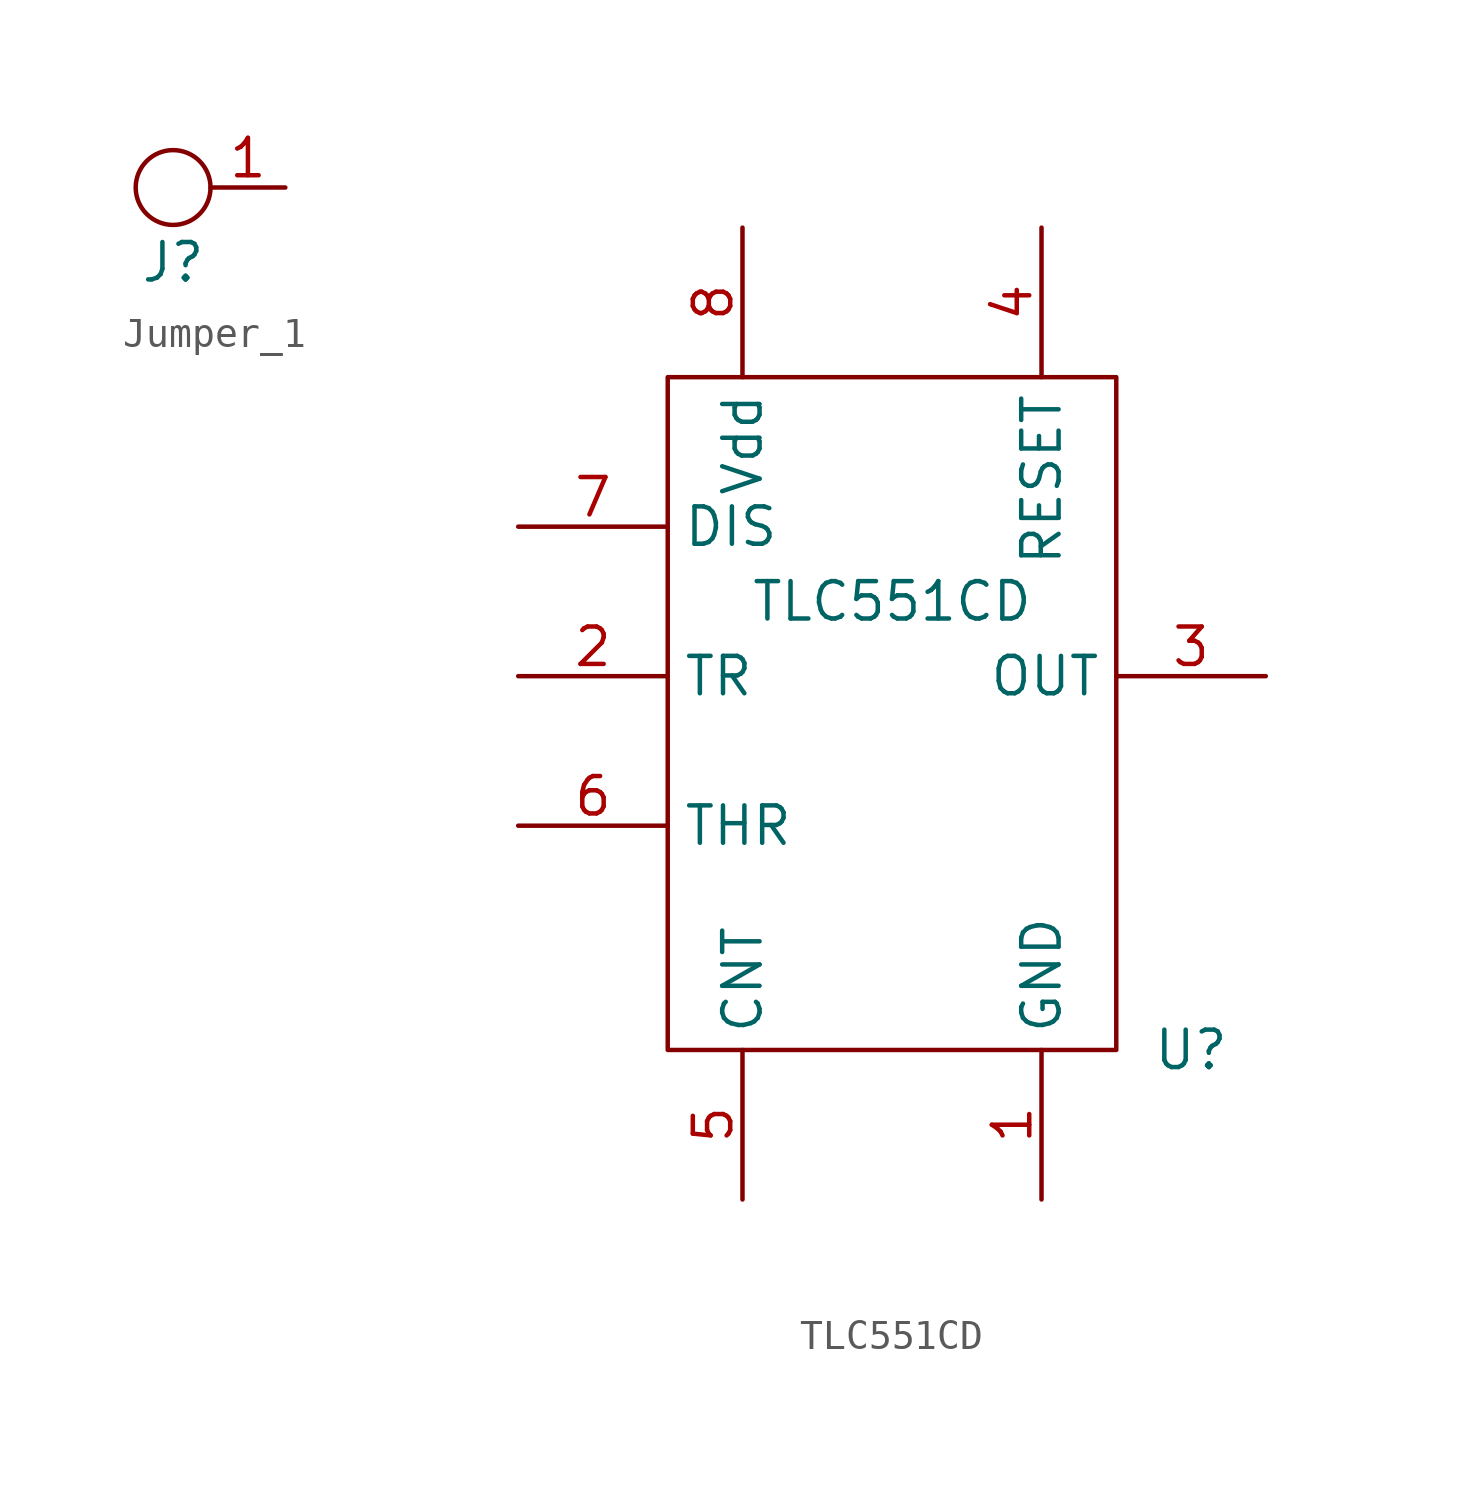
<source format=kicad_sym>
(kicad_symbol_lib
  (version 20211014)
  (generator kicad_symbol_editor)
  (symbol "Jumper_1"
    (property "Reference" "J"
      (at 0 -2.54 0)
      (effects (font (size 1.27 1.27))))
    (symbol "Jumper_1_0_1"
      (circle (center 0 0) (radius 1.27) (stroke (width 0.152) (type default) (color 0 0 0 0)) (fill (type none))))
    (symbol "Jumper_1_1_1"
      (pin unspecified line (at 3.81 0 180) (length 2.54) (name "" (effects (font (size 1.27 1.27)))) (number "1" (effects (font (size 1.27 1.27)))))))
  (symbol "TLC551CD‎"
    (property "Reference" "U"
      (at 10.16 -12.7 0)
      (effects (font (size 1.27 1.27))))
    (property "Value" "TLC551CD‎"
      (at 0 2.54 0)
      (effects (font (size 1.27 1.27))))
    (symbol "TLC551CD‎_0_1"
      (rectangle (start -7.62 10.16) (end 7.62 -12.7) (stroke (width 0.152) (type default) (color 0 0 0 0)) (fill (type none))))
    (symbol "TLC551CD‎_1_1"
      (pin passive line (at 5.08 -17.78 90) (length 5.08) (name "GND" (effects (font (size 1.27 1.27)))) (number "1" (effects (font (size 1.27 1.27)))))
      (pin input line (at -12.7 0 0) (length 5.08) (name "TR" (effects (font (size 1.27 1.27)))) (number "2" (effects (font (size 1.27 1.27)))))
      (pin input line (at 12.7 0 180) (length 5.08) (name "OUT" (effects (font (size 1.27 1.27)))) (number "3" (effects (font (size 1.27 1.27)))))
      (pin input line (at 5.08 15.24 270) (length 5.08) (name "RESET" (effects (font (size 1.27 1.27)))) (number "4" (effects (font (size 1.27 1.27)))))
      (pin input line (at -5.08 -17.78 90) (length 5.08) (name "CNT" (effects (font (size 1.27 1.27)))) (number "5" (effects (font (size 1.27 1.27)))))
      (pin input line (at -12.7 -5.08 0) (length 5.08) (name "THR" (effects (font (size 1.27 1.27)))) (number "6" (effects (font (size 1.27 1.27)))))
      (pin input line (at -12.7 5.08 0) (length 5.08) (name "DIS" (effects (font (size 1.27 1.27)))) (number "7" (effects (font (size 1.27 1.27)))))
      (pin power_in line (at -5.08 15.24 270) (length 5.08) (name "Vdd" (effects (font (size 1.27 1.27)))) (number "8" (effects (font (size 1.27 1.27))))))))
</source>
